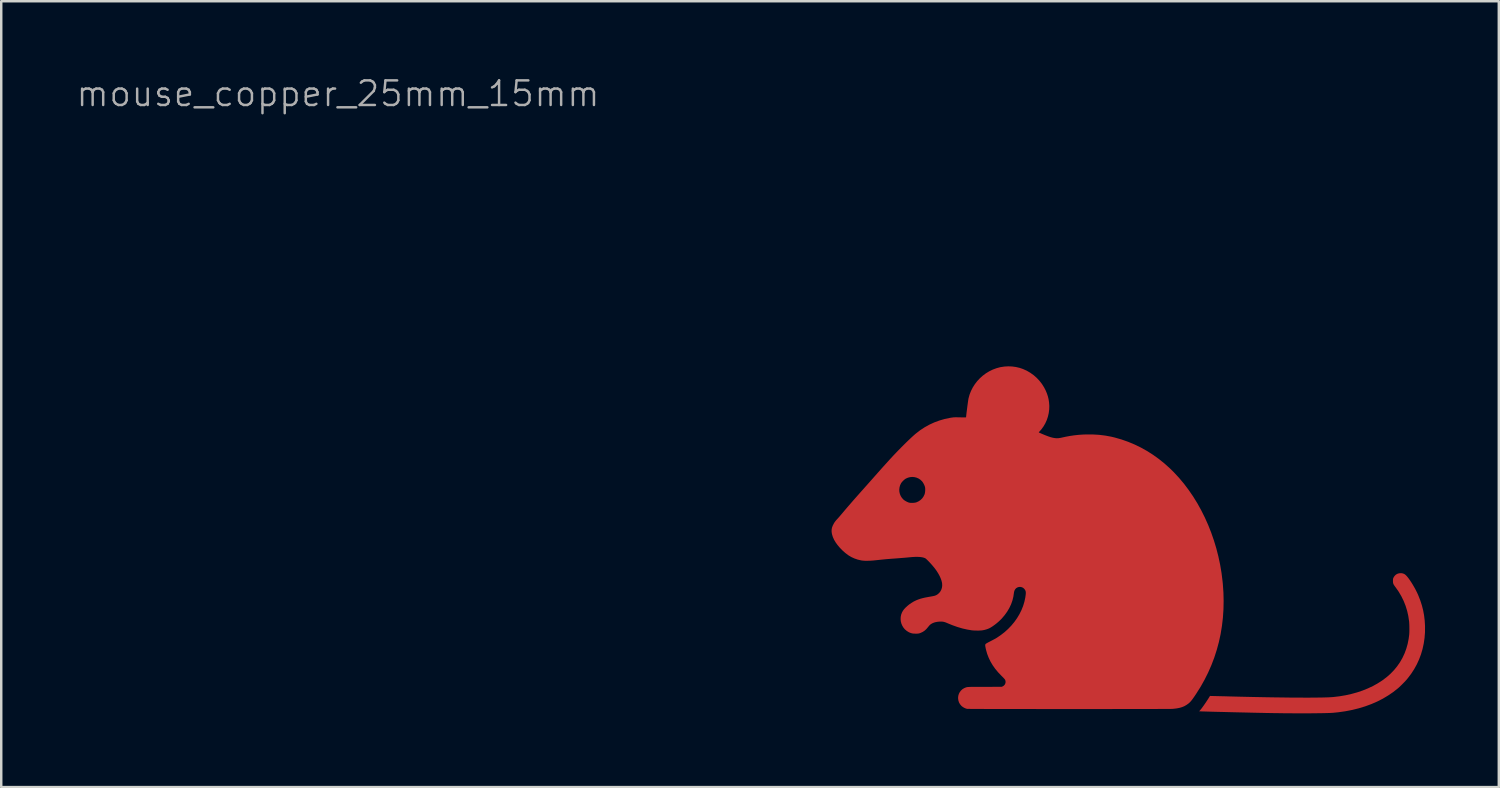
<source format=kicad_pcb>
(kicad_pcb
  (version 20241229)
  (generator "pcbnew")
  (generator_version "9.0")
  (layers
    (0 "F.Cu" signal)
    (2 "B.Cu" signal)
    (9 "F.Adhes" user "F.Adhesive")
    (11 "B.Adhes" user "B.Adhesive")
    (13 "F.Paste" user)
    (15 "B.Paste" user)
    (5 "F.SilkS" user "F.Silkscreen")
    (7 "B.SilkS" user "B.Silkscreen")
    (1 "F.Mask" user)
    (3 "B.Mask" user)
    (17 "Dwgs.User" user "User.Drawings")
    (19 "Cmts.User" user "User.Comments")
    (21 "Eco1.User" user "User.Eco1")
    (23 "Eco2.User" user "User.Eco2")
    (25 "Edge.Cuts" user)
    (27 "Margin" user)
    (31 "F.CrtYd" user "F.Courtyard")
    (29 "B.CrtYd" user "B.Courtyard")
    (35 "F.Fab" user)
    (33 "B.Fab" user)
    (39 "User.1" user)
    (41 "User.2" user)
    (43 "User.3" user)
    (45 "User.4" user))
  (footprint "mouse_copper_25mm_15mm"
    (layer "F.Cu")
    (at 42.824 18.898)
    (property "Reference" "mouse_copper_25mm_15mm" (at -32.131 -18.137 0) (unlocked yes) (layer "F.Fab") (effects (font (size 1 1) (thickness 0.1))))
    (attr smd)
    (fp_poly (pts (xy 11.11 1.357) (xy 11.166 1.367) (xy 11.218 1.389) (xy 11.244 1.405) (xy 11.278 1.432) (xy 11.318 1.473) (xy 11.363 1.526) (xy 11.411 1.589) (xy 11.461 1.661) (xy 11.513 1.74) (xy 11.565 1.824) (xy 11.616 1.912) (xy 11.666 2.001) (xy 11.712 2.091) (xy 11.755 2.179) (xy 11.792 2.263) (xy 11.872 2.469) (xy 11.937 2.671) (xy 11.988 2.872) (xy 12.025 3.075) (xy 12.05 3.284) (xy 12.063 3.499) (xy 12.063 3.52) (xy 12.062 3.756) (xy 12.044 3.988) (xy 12.011 4.215) (xy 11.963 4.436) (xy 11.9 4.652) (xy 11.822 4.861) (xy 11.729 5.064) (xy 11.621 5.259) (xy 11.499 5.447) (xy 11.363 5.626) (xy 11.302 5.699) (xy 11.265 5.739) (xy 11.221 5.786) (xy 11.171 5.837) (xy 11.119 5.89) (xy 11.067 5.94) (xy 11.019 5.986) (xy 10.977 6.024) (xy 10.958 6.04) (xy 10.765 6.192) (xy 10.56 6.331) (xy 10.345 6.459) (xy 10.118 6.575) (xy 9.88 6.678) (xy 9.633 6.769) (xy 9.374 6.848) (xy 9.106 6.915) (xy 8.828 6.969) (xy 8.541 7.01) (xy 8.344 7.03) (xy 8.29 7.034) (xy 8.221 7.038) (xy 8.137 7.041) (xy 8.039 7.044) (xy 7.93 7.046) (xy 7.809 7.049) (xy 7.677 7.05) (xy 7.537 7.052) (xy 7.389 7.053) (xy 7.233 7.053) (xy 7.072 7.054) (xy 6.905 7.054) (xy 6.735 7.053) (xy 6.562 7.052) (xy 6.388 7.051) (xy 6.213 7.049) (xy 6.038 7.046) (xy 6.021 7.046) (xy 5.92 7.045) (xy 5.809 7.043) (xy 5.693 7.041) (xy 5.575 7.039) (xy 5.46 7.036) (xy 5.351 7.034) (xy 5.253 7.032) (xy 5.208 7.031) (xy 5.015 7.027) (xy 4.827 7.022) (xy 4.644 7.018) (xy 4.466 7.014) (xy 4.294 7.01) (xy 4.13 7.006) (xy 3.973 7.002) (xy 3.825 6.998) (xy 3.687 6.995) (xy 3.558 6.992) (xy 3.44 6.989) (xy 3.333 6.986) (xy 3.238 6.983) (xy 3.157 6.981) (xy 3.089 6.979) (xy 3.035 6.978) (xy 2.997 6.976) (xy 2.974 6.975) (xy 2.973 6.975) (xy 2.88 6.971) (xy 2.913 6.935) (xy 2.944 6.898) (xy 2.982 6.85) (xy 3.026 6.79) (xy 3.075 6.722) (xy 3.127 6.646) (xy 3.181 6.566) (xy 3.236 6.482) (xy 3.273 6.424) (xy 3.321 6.347) (xy 3.559 6.353) (xy 3.614 6.354) (xy 3.683 6.356) (xy 3.764 6.358) (xy 3.853 6.36) (xy 3.948 6.362) (xy 4.047 6.365) (xy 4.147 6.368) (xy 4.245 6.37) (xy 4.274 6.371) (xy 4.554 6.378) (xy 4.828 6.384) (xy 5.097 6.39) (xy 5.36 6.395) (xy 5.616 6.4) (xy 5.864 6.404) (xy 6.105 6.407) (xy 6.337 6.41) (xy 6.56 6.413) (xy 6.773 6.414) (xy 6.976 6.415) (xy 7.169 6.416) (xy 7.35 6.416) (xy 7.519 6.415) (xy 7.676 6.413) (xy 7.819 6.412) (xy 7.949 6.409) (xy 8.065 6.406) (xy 8.166 6.402) (xy 8.251 6.397) (xy 8.321 6.392) (xy 8.332 6.391) (xy 8.586 6.361) (xy 8.834 6.319) (xy 9.074 6.265) (xy 9.306 6.201) (xy 9.53 6.125) (xy 9.743 6.039) (xy 9.947 5.943) (xy 10.139 5.836) (xy 10.319 5.721) (xy 10.487 5.595) (xy 10.642 5.461) (xy 10.663 5.441) (xy 10.805 5.294) (xy 10.932 5.138) (xy 11.046 4.974) (xy 11.145 4.801) (xy 11.23 4.62) (xy 11.3 4.431) (xy 11.356 4.234) (xy 11.397 4.029) (xy 11.419 3.865) (xy 11.423 3.812) (xy 11.426 3.748) (xy 11.427 3.674) (xy 11.427 3.596) (xy 11.426 3.517) (xy 11.424 3.442) (xy 11.42 3.374) (xy 11.416 3.317) (xy 11.415 3.312) (xy 11.383 3.096) (xy 11.336 2.887) (xy 11.273 2.683) (xy 11.195 2.486) (xy 11.101 2.295) (xy 10.992 2.109) (xy 10.867 1.93) (xy 10.858 1.919) (xy 10.823 1.871) (xy 10.798 1.833) (xy 10.78 1.8) (xy 10.769 1.769) (xy 10.762 1.737) (xy 10.76 1.699) (xy 10.759 1.67) (xy 10.76 1.629) (xy 10.761 1.6) (xy 10.765 1.578) (xy 10.772 1.557) (xy 10.783 1.533) (xy 10.822 1.472) (xy 10.871 1.422) (xy 10.93 1.385) (xy 10.996 1.363) (xy 11.045 1.356)) (stroke (width 0) (type solid)) (fill yes) (layer "F.Cu"))
    (fp_poly (pts (xy -4.725 -7.048) (xy -4.571 -7.027) (xy -4.421 -6.992) (xy -4.285 -6.946) (xy -4.131 -6.877) (xy -3.987 -6.793) (xy -3.852 -6.697) (xy -3.727 -6.588) (xy -3.614 -6.468) (xy -3.512 -6.337) (xy -3.423 -6.195) (xy -3.361 -6.074) (xy -3.311 -5.955) (xy -3.272 -5.839) (xy -3.243 -5.72) (xy -3.223 -5.593) (xy -3.223 -5.591) (xy -3.212 -5.445) (xy -3.217 -5.298) (xy -3.236 -5.152) (xy -3.269 -5.009) (xy -3.315 -4.87) (xy -3.375 -4.737) (xy -3.447 -4.613) (xy -3.53 -4.497) (xy -3.599 -4.419) (xy -3.62 -4.397) (xy -3.635 -4.379) (xy -3.642 -4.37) (xy -3.642 -4.369) (xy -3.63 -4.363) (xy -3.606 -4.351) (xy -3.573 -4.336) (xy -3.533 -4.318) (xy -3.489 -4.299) (xy -3.443 -4.28) (xy -3.4 -4.262) (xy -3.375 -4.252) (xy -3.263 -4.209) (xy -3.163 -4.175) (xy -3.072 -4.151) (xy -2.988 -4.137) (xy -2.911 -4.13) (xy -2.837 -4.133) (xy -2.766 -4.144) (xy -2.748 -4.147) (xy -2.557 -4.189) (xy -2.375 -4.223) (xy -2.199 -4.249) (xy -2.024 -4.268) (xy -1.845 -4.28) (xy -1.709 -4.285) (xy -1.444 -4.284) (xy -1.187 -4.269) (xy -0.935 -4.238) (xy -0.688 -4.192) (xy -0.551 -4.159) (xy -0.276 -4.08) (xy -0.006 -3.985) (xy 0.257 -3.875) (xy 0.514 -3.75) (xy 0.765 -3.61) (xy 1.008 -3.455) (xy 1.244 -3.285) (xy 1.473 -3.101) (xy 1.693 -2.903) (xy 1.851 -2.748) (xy 2.063 -2.519) (xy 2.265 -2.278) (xy 2.456 -2.024) (xy 2.637 -1.76) (xy 2.807 -1.485) (xy 2.965 -1.199) (xy 3.112 -0.905) (xy 3.247 -0.603) (xy 3.37 -0.292) (xy 3.48 0.025) (xy 3.578 0.349) (xy 3.662 0.678) (xy 3.733 1.011) (xy 3.79 1.349) (xy 3.832 1.691) (xy 3.842 1.79) (xy 3.867 2.142) (xy 3.875 2.49) (xy 3.868 2.833) (xy 3.845 3.171) (xy 3.806 3.504) (xy 3.752 3.833) (xy 3.682 4.156) (xy 3.596 4.474) (xy 3.495 4.787) (xy 3.378 5.094) (xy 3.246 5.395) (xy 3.098 5.691) (xy 2.935 5.981) (xy 2.756 6.264) (xy 2.693 6.358) (xy 2.645 6.427) (xy 2.604 6.484) (xy 2.568 6.531) (xy 2.535 6.57) (xy 2.504 6.603) (xy 2.472 6.632) (xy 2.441 6.659) (xy 2.361 6.715) (xy 2.277 6.763) (xy 2.185 6.801) (xy 2.083 6.831) (xy 1.971 6.853) (xy 1.846 6.868) (xy 1.793 6.873) (xy 1.776 6.873) (xy 1.744 6.874) (xy 1.696 6.874) (xy 1.634 6.875) (xy 1.558 6.875) (xy 1.469 6.876) (xy 1.366 6.876) (xy 1.252 6.876) (xy 1.126 6.877) (xy 0.989 6.877) (xy 0.842 6.878) (xy 0.685 6.878) (xy 0.519 6.878) (xy 0.345 6.878) (xy 0.163 6.879) (xy -0.027 6.879) (xy -0.223 6.879) (xy -0.425 6.879) (xy -0.632 6.879) (xy -0.845 6.88) (xy -1.061 6.88) (xy -1.281 6.88) (xy -1.504 6.88) (xy -1.73 6.88) (xy -1.957 6.88) (xy -2.185 6.88) (xy -2.414 6.88) (xy -2.643 6.88) (xy -2.871 6.88) (xy -3.098 6.88) (xy -3.322 6.88) (xy -3.545 6.88) (xy -3.764 6.879) (xy -3.979 6.879) (xy -4.19 6.879) (xy -4.396 6.879) (xy -4.596 6.879) (xy -4.791 6.878) (xy -4.978 6.878) (xy -5.158 6.878) (xy -5.33 6.878) (xy -5.493 6.877) (xy -5.647 6.877) (xy -5.791 6.877) (xy -5.925 6.876) (xy -6.047 6.876) (xy -6.158 6.875) (xy -6.257 6.875) (xy -6.342 6.874) (xy -6.414 6.874) (xy -6.472 6.873) (xy -6.515 6.873) (xy -6.543 6.872) (xy -6.555 6.872) (xy -6.609 6.857) (xy -6.667 6.832) (xy -6.724 6.799) (xy -6.775 6.76) (xy -6.791 6.744) (xy -6.846 6.678) (xy -6.886 6.605) (xy -6.911 6.524) (xy -6.921 6.437) (xy -6.921 6.423) (xy -6.913 6.341) (xy -6.89 6.264) (xy -6.854 6.193) (xy -6.805 6.129) (xy -6.745 6.074) (xy -6.675 6.03) (xy -6.598 5.999) (xy -6.559 5.989) (xy -6.546 5.987) (xy -6.529 5.985) (xy -6.507 5.983) (xy -6.478 5.982) (xy -6.443 5.98) (xy -6.399 5.979) (xy -6.346 5.978) (xy -6.282 5.978) (xy -6.207 5.977) (xy -6.119 5.977) (xy -6.018 5.977) (xy -5.901 5.977) (xy -5.824 5.977) (xy -5.148 5.976) (xy -5.106 5.957) (xy -5.06 5.927) (xy -5.024 5.887) (xy -5.001 5.839) (xy -4.99 5.788) (xy -4.994 5.735) (xy -5.012 5.686) (xy -5.022 5.672) (xy -5.042 5.648) (xy -5.07 5.617) (xy -5.105 5.581) (xy -5.143 5.543) (xy -5.158 5.528) (xy -5.293 5.387) (xy -5.412 5.244) (xy -5.515 5.098) (xy -5.604 4.948) (xy -5.678 4.794) (xy -5.739 4.635) (xy -5.786 4.469) (xy -5.796 4.425) (xy -5.807 4.369) (xy -5.815 4.327) (xy -5.818 4.295) (xy -5.817 4.271) (xy -5.813 4.253) (xy -5.804 4.238) (xy -5.803 4.236) (xy -5.789 4.224) (xy -5.76 4.205) (xy -5.718 4.181) (xy -5.661 4.151) (xy -5.612 4.126) (xy -5.52 4.078) (xy -5.439 4.035) (xy -5.365 3.992) (xy -5.295 3.947) (xy -5.224 3.899) (xy -5.188 3.874) (xy -5.032 3.754) (xy -4.887 3.623) (xy -4.754 3.484) (xy -4.632 3.337) (xy -4.523 3.183) (xy -4.427 3.023) (xy -4.345 2.858) (xy -4.277 2.689) (xy -4.225 2.517) (xy -4.188 2.343) (xy -4.173 2.235) (xy -4.168 2.177) (xy -4.169 2.132) (xy -4.174 2.094) (xy -4.185 2.062) (xy -4.191 2.05) (xy -4.226 1.997) (xy -4.27 1.957) (xy -4.321 1.929) (xy -4.377 1.915) (xy -4.435 1.914) (xy -4.492 1.928) (xy -4.547 1.957) (xy -4.557 1.964) (xy -4.595 2.003) (xy -4.625 2.054) (xy -4.644 2.113) (xy -4.65 2.149) (xy -4.674 2.312) (xy -4.713 2.47) (xy -4.768 2.624) (xy -4.839 2.773) (xy -4.925 2.919) (xy -5.028 3.062) (xy -5.146 3.201) (xy -5.156 3.211) (xy -5.216 3.271) (xy -5.284 3.334) (xy -5.357 3.396) (xy -5.433 3.455) (xy -5.508 3.509) (xy -5.579 3.555) (xy -5.643 3.591) (xy -5.647 3.593) (xy -5.704 3.618) (xy -5.773 3.642) (xy -5.848 3.662) (xy -5.91 3.675) (xy -5.957 3.682) (xy -6.015 3.686) (xy -6.082 3.689) (xy -6.153 3.689) (xy -6.224 3.688) (xy -6.291 3.685) (xy -6.35 3.68) (xy -6.36 3.679) (xy -6.548 3.648) (xy -6.743 3.604) (xy -6.943 3.545) (xy -7.146 3.473) (xy -7.353 3.389) (xy -7.358 3.386) (xy -7.423 3.359) (xy -7.479 3.341) (xy -7.531 3.329) (xy -7.585 3.324) (xy -7.645 3.323) (xy -7.671 3.324) (xy -7.772 3.334) (xy -7.861 3.352) (xy -7.94 3.38) (xy -7.973 3.396) (xy -8.014 3.419) (xy -8.049 3.444) (xy -8.081 3.473) (xy -8.114 3.511) (xy -8.147 3.552) (xy -8.213 3.63) (xy -8.283 3.693) (xy -8.358 3.743) (xy -8.441 3.782) (xy -8.47 3.793) (xy -8.499 3.802) (xy -8.526 3.808) (xy -8.555 3.812) (xy -8.59 3.814) (xy -8.637 3.814) (xy -8.646 3.814) (xy -8.717 3.813) (xy -8.778 3.806) (xy -8.833 3.792) (xy -8.887 3.772) (xy -8.928 3.753) (xy -9.01 3.702) (xy -9.082 3.641) (xy -9.142 3.57) (xy -9.19 3.491) (xy -9.226 3.407) (xy -9.249 3.318) (xy -9.258 3.227) (xy -9.254 3.134) (xy -9.236 3.043) (xy -9.203 2.955) (xy -9.165 2.886) (xy -9.118 2.822) (xy -9.057 2.756) (xy -8.986 2.69) (xy -8.907 2.626) (xy -8.822 2.567) (xy -8.735 2.514) (xy -8.675 2.483) (xy -8.603 2.45) (xy -8.531 2.422) (xy -8.454 2.396) (xy -8.371 2.373) (xy -8.279 2.351) (xy -8.175 2.331) (xy -8.076 2.313) (xy -8.003 2.301) (xy -7.945 2.29) (xy -7.898 2.28) (xy -7.86 2.269) (xy -7.828 2.257) (xy -7.8 2.244) (xy -7.773 2.228) (xy -7.76 2.219) (xy -7.695 2.165) (xy -7.644 2.102) (xy -7.605 2.03) (xy -7.579 1.95) (xy -7.567 1.865) (xy -7.571 1.775) (xy -7.576 1.74) (xy -7.597 1.655) (xy -7.63 1.562) (xy -7.675 1.464) (xy -7.73 1.364) (xy -7.794 1.262) (xy -7.856 1.176) (xy -7.895 1.127) (xy -7.938 1.075) (xy -7.984 1.021) (xy -8.032 0.967) (xy -8.08 0.915) (xy -8.126 0.867) (xy -8.168 0.825) (xy -8.205 0.79) (xy -8.234 0.764) (xy -8.256 0.749) (xy -8.256 0.749) (xy -8.313 0.726) (xy -8.382 0.709) (xy -8.463 0.698) (xy -8.558 0.693) (xy -8.667 0.693) (xy -8.79 0.7) (xy -8.911 0.711) (xy -8.975 0.717) (xy -9.05 0.724) (xy -9.134 0.731) (xy -9.222 0.738) (xy -9.308 0.745) (xy -9.39 0.752) (xy -9.409 0.753) (xy -9.527 0.762) (xy -9.631 0.769) (xy -9.723 0.777) (xy -9.805 0.783) (xy -9.881 0.79) (xy -9.952 0.797) (xy -10.022 0.804) (xy -10.091 0.811) (xy -10.164 0.819) (xy -10.222 0.825) (xy -10.365 0.84) (xy -10.495 0.849) (xy -10.613 0.852) (xy -10.718 0.851) (xy -10.808 0.844) (xy -10.857 0.837) (xy -11 0.804) (xy -11.134 0.758) (xy -11.263 0.699) (xy -11.386 0.625) (xy -11.505 0.536) (xy -11.622 0.431) (xy -11.624 0.43) (xy -11.731 0.319) (xy -11.822 0.211) (xy -11.899 0.105) (xy -11.961 -0.000148) (xy -12.009 -0.105) (xy -12.018 -0.131) (xy -12.048 -0.23) (xy -12.063 -0.323) (xy -12.063 -0.41) (xy -12.049 -0.492) (xy -12.02 -0.571) (xy -12.018 -0.575) (xy -11.992 -0.627) (xy -11.969 -0.671) (xy -11.945 -0.71) (xy -11.919 -0.746) (xy -11.888 -0.785) (xy -11.85 -0.828) (xy -11.812 -0.869) (xy -11.79 -0.894) (xy -11.758 -0.93) (xy -11.721 -0.973) (xy -11.679 -1.022) (xy -11.635 -1.074) (xy -11.591 -1.127) (xy -11.585 -1.133) (xy -11.519 -1.212) (xy -11.443 -1.301) (xy -11.359 -1.398) (xy -11.268 -1.503) (xy -11.172 -1.614) (xy -11.071 -1.728) (xy -10.969 -1.844) (xy -10.865 -1.961) (xy -10.828 -2.002) (xy -10.793 -2.042) (xy -9.313 -2.042) (xy -9.308 -1.953) (xy -9.288 -1.867) (xy -9.255 -1.785) (xy -9.207 -1.709) (xy -9.147 -1.641) (xy -9.137 -1.633) (xy -9.095 -1.6) (xy -9.042 -1.568) (xy -8.986 -1.54) (xy -8.932 -1.518) (xy -8.91 -1.512) (xy -8.865 -1.504) (xy -8.81 -1.502) (xy -8.751 -1.503) (xy -8.692 -1.509) (xy -8.64 -1.518) (xy -8.611 -1.527) (xy -8.525 -1.567) (xy -8.449 -1.619) (xy -8.383 -1.682) (xy -8.33 -1.755) (xy -8.29 -1.836) (xy -8.279 -1.865) (xy -8.268 -1.915) (xy -8.26 -1.974) (xy -8.257 -2.036) (xy -8.259 -2.095) (xy -8.263 -2.133) (xy -8.277 -2.182) (xy -8.3 -2.238) (xy -8.329 -2.294) (xy -8.36 -2.345) (xy -8.388 -2.381) (xy -8.455 -2.444) (xy -8.531 -2.494) (xy -8.612 -2.529) (xy -8.698 -2.55) (xy -8.786 -2.557) (xy -8.875 -2.549) (xy -8.963 -2.526) (xy -9.048 -2.488) (xy -9.051 -2.486) (xy -9.087 -2.462) (xy -9.127 -2.428) (xy -9.168 -2.389) (xy -9.204 -2.349) (xy -9.232 -2.312) (xy -9.239 -2.302) (xy -9.279 -2.218) (xy -9.303 -2.131) (xy -9.313 -2.042) (xy -10.793 -2.042) (xy -10.792 -2.042) (xy -10.747 -2.093) (xy -10.694 -2.153) (xy -10.634 -2.22) (xy -10.569 -2.293) (xy -10.501 -2.37) (xy -10.43 -2.45) (xy -10.359 -2.53) (xy -10.289 -2.61) (xy -10.272 -2.628) (xy -10.2 -2.71) (xy -10.125 -2.794) (xy -10.049 -2.88) (xy -9.973 -2.965) (xy -9.899 -3.047) (xy -9.829 -3.124) (xy -9.765 -3.195) (xy -9.708 -3.258) (xy -9.661 -3.31) (xy -9.657 -3.313) (xy -9.555 -3.424) (xy -9.45 -3.534) (xy -9.344 -3.644) (xy -9.238 -3.752) (xy -9.134 -3.856) (xy -9.034 -3.955) (xy -8.938 -4.048) (xy -8.847 -4.134) (xy -8.764 -4.211) (xy -8.69 -4.277) (xy -8.639 -4.32) (xy -8.465 -4.455) (xy -8.282 -4.575) (xy -8.091 -4.681) (xy -7.892 -4.773) (xy -7.687 -4.849) (xy -7.476 -4.911) (xy -7.259 -4.957) (xy -7.211 -4.965) (xy -7.172 -4.971) (xy -7.139 -4.975) (xy -7.109 -4.979) (xy -7.079 -4.981) (xy -7.045 -4.982) (xy -7.006 -4.983) (xy -6.958 -4.982) (xy -6.898 -4.981) (xy -6.839 -4.98) (xy -6.771 -4.978) (xy -6.711 -4.978) (xy -6.663 -4.978) (xy -6.627 -4.978) (xy -6.604 -4.98) (xy -6.596 -4.982) (xy -6.595 -5.003) (xy -6.591 -5.039) (xy -6.586 -5.087) (xy -6.58 -5.144) (xy -6.572 -5.208) (xy -6.563 -5.278) (xy -6.554 -5.35) (xy -6.545 -5.423) (xy -6.535 -5.495) (xy -6.526 -5.562) (xy -6.517 -5.623) (xy -6.51 -5.676) (xy -6.503 -5.717) (xy -6.498 -5.746) (xy -6.497 -5.75) (xy -6.455 -5.903) (xy -6.397 -6.051) (xy -6.326 -6.192) (xy -6.241 -6.326) (xy -6.145 -6.451) (xy -6.037 -6.567) (xy -5.919 -6.673) (xy -5.792 -6.768) (xy -5.656 -6.851) (xy -5.513 -6.921) (xy -5.363 -6.977) (xy -5.208 -7.019) (xy -5.191 -7.022) (xy -5.038 -7.045) (xy -4.881 -7.054)) (stroke (width 0) (type solid)) (fill yes) (layer "F.Cu"))
    (fp_poly (pts (xy 11.11 1.357) (xy 11.166 1.367) (xy 11.218 1.389) (xy 11.244 1.405) (xy 11.278 1.432) (xy 11.318 1.473) (xy 11.363 1.526) (xy 11.411 1.589) (xy 11.461 1.661) (xy 11.513 1.74) (xy 11.565 1.824) (xy 11.616 1.912) (xy 11.666 2.001) (xy 11.712 2.091) (xy 11.755 2.179) (xy 11.792 2.263) (xy 11.872 2.469) (xy 11.937 2.671) (xy 11.988 2.872) (xy 12.025 3.075) (xy 12.05 3.284) (xy 12.063 3.499) (xy 12.063 3.52) (xy 12.062 3.756) (xy 12.044 3.988) (xy 12.011 4.215) (xy 11.963 4.436) (xy 11.9 4.652) (xy 11.822 4.861) (xy 11.729 5.064) (xy 11.621 5.259) (xy 11.499 5.447) (xy 11.363 5.626) (xy 11.302 5.699) (xy 11.265 5.739) (xy 11.221 5.786) (xy 11.171 5.837) (xy 11.119 5.89) (xy 11.067 5.94) (xy 11.019 5.986) (xy 10.977 6.024) (xy 10.958 6.04) (xy 10.765 6.192) (xy 10.56 6.331) (xy 10.345 6.459) (xy 10.118 6.575) (xy 9.88 6.678) (xy 9.633 6.769) (xy 9.374 6.848) (xy 9.106 6.915) (xy 8.828 6.969) (xy 8.541 7.01) (xy 8.344 7.03) (xy 8.29 7.034) (xy 8.221 7.038) (xy 8.137 7.041) (xy 8.039 7.044) (xy 7.93 7.046) (xy 7.809 7.049) (xy 7.677 7.05) (xy 7.537 7.052) (xy 7.389 7.053) (xy 7.233 7.053) (xy 7.072 7.054) (xy 6.905 7.054) (xy 6.735 7.053) (xy 6.562 7.052) (xy 6.388 7.051) (xy 6.213 7.049) (xy 6.038 7.046) (xy 6.021 7.046) (xy 5.92 7.045) (xy 5.809 7.043) (xy 5.693 7.041) (xy 5.575 7.039) (xy 5.46 7.036) (xy 5.351 7.034) (xy 5.253 7.032) (xy 5.208 7.031) (xy 5.015 7.027) (xy 4.827 7.022) (xy 4.644 7.018) (xy 4.466 7.014) (xy 4.294 7.01) (xy 4.13 7.006) (xy 3.973 7.002) (xy 3.825 6.998) (xy 3.687 6.995) (xy 3.558 6.992) (xy 3.44 6.989) (xy 3.333 6.986) (xy 3.238 6.983) (xy 3.157 6.981) (xy 3.089 6.979) (xy 3.035 6.978) (xy 2.997 6.976) (xy 2.974 6.975) (xy 2.973 6.975) (xy 2.88 6.971) (xy 2.913 6.935) (xy 2.944 6.898) (xy 2.982 6.85) (xy 3.026 6.79) (xy 3.075 6.722) (xy 3.127 6.646) (xy 3.181 6.566) (xy 3.236 6.482) (xy 3.273 6.424) (xy 3.321 6.347) (xy 3.559 6.353) (xy 3.614 6.354) (xy 3.683 6.356) (xy 3.764 6.358) (xy 3.853 6.36) (xy 3.948 6.362) (xy 4.047 6.365) (xy 4.147 6.368) (xy 4.245 6.37) (xy 4.274 6.371) (xy 4.554 6.378) (xy 4.828 6.384) (xy 5.097 6.39) (xy 5.36 6.395) (xy 5.616 6.4) (xy 5.864 6.404) (xy 6.105 6.407) (xy 6.337 6.41) (xy 6.56 6.413) (xy 6.773 6.414) (xy 6.976 6.415) (xy 7.169 6.416) (xy 7.35 6.416) (xy 7.519 6.415) (xy 7.676 6.413) (xy 7.819 6.412) (xy 7.949 6.409) (xy 8.065 6.406) (xy 8.166 6.402) (xy 8.251 6.397) (xy 8.321 6.392) (xy 8.332 6.391) (xy 8.586 6.361) (xy 8.834 6.319) (xy 9.074 6.265) (xy 9.306 6.201) (xy 9.53 6.125) (xy 9.743 6.039) (xy 9.947 5.943) (xy 10.139 5.836) (xy 10.319 5.721) (xy 10.487 5.595) (xy 10.642 5.461) (xy 10.663 5.441) (xy 10.805 5.294) (xy 10.932 5.138) (xy 11.046 4.974) (xy 11.145 4.801) (xy 11.23 4.62) (xy 11.3 4.431) (xy 11.356 4.234) (xy 11.397 4.029) (xy 11.419 3.865) (xy 11.423 3.812) (xy 11.426 3.748) (xy 11.427 3.674) (xy 11.427 3.596) (xy 11.426 3.517) (xy 11.424 3.442) (xy 11.42 3.374) (xy 11.416 3.317) (xy 11.415 3.312) (xy 11.383 3.096) (xy 11.336 2.887) (xy 11.273 2.683) (xy 11.195 2.486) (xy 11.101 2.295) (xy 10.992 2.109) (xy 10.867 1.93) (xy 10.858 1.919) (xy 10.823 1.871) (xy 10.798 1.833) (xy 10.78 1.8) (xy 10.769 1.769) (xy 10.762 1.737) (xy 10.76 1.699) (xy 10.759 1.67) (xy 10.76 1.629) (xy 10.761 1.6) (xy 10.765 1.578) (xy 10.772 1.557) (xy 10.783 1.533) (xy 10.822 1.472) (xy 10.871 1.422) (xy 10.93 1.385) (xy 10.996 1.363) (xy 11.045 1.356)) (stroke (width 0) (type solid)) (fill yes) (layer "F.Mask"))
    (fp_poly (pts (xy -4.725 -7.048) (xy -4.571 -7.027) (xy -4.421 -6.992) (xy -4.285 -6.946) (xy -4.131 -6.877) (xy -3.987 -6.793) (xy -3.852 -6.697) (xy -3.727 -6.588) (xy -3.614 -6.468) (xy -3.512 -6.337) (xy -3.423 -6.195) (xy -3.361 -6.074) (xy -3.311 -5.955) (xy -3.272 -5.839) (xy -3.243 -5.72) (xy -3.223 -5.593) (xy -3.223 -5.591) (xy -3.212 -5.445) (xy -3.217 -5.298) (xy -3.236 -5.152) (xy -3.269 -5.009) (xy -3.315 -4.87) (xy -3.375 -4.737) (xy -3.447 -4.613) (xy -3.53 -4.497) (xy -3.599 -4.419) (xy -3.62 -4.397) (xy -3.635 -4.379) (xy -3.642 -4.37) (xy -3.642 -4.369) (xy -3.63 -4.363) (xy -3.606 -4.351) (xy -3.573 -4.336) (xy -3.533 -4.318) (xy -3.489 -4.299) (xy -3.443 -4.28) (xy -3.4 -4.262) (xy -3.375 -4.252) (xy -3.263 -4.209) (xy -3.163 -4.175) (xy -3.072 -4.151) (xy -2.988 -4.137) (xy -2.911 -4.13) (xy -2.837 -4.133) (xy -2.766 -4.144) (xy -2.748 -4.147) (xy -2.557 -4.189) (xy -2.375 -4.223) (xy -2.199 -4.249) (xy -2.024 -4.268) (xy -1.845 -4.28) (xy -1.709 -4.285) (xy -1.444 -4.284) (xy -1.187 -4.269) (xy -0.935 -4.238) (xy -0.688 -4.192) (xy -0.551 -4.159) (xy -0.276 -4.08) (xy -0.006 -3.985) (xy 0.257 -3.875) (xy 0.514 -3.75) (xy 0.765 -3.61) (xy 1.008 -3.455) (xy 1.244 -3.285) (xy 1.473 -3.101) (xy 1.693 -2.903) (xy 1.851 -2.748) (xy 2.063 -2.519) (xy 2.265 -2.278) (xy 2.456 -2.024) (xy 2.637 -1.76) (xy 2.807 -1.485) (xy 2.965 -1.199) (xy 3.112 -0.905) (xy 3.247 -0.603) (xy 3.37 -0.292) (xy 3.48 0.025) (xy 3.578 0.349) (xy 3.662 0.678) (xy 3.733 1.011) (xy 3.79 1.349) (xy 3.832 1.691) (xy 3.842 1.79) (xy 3.867 2.142) (xy 3.875 2.49) (xy 3.868 2.833) (xy 3.845 3.171) (xy 3.806 3.504) (xy 3.752 3.833) (xy 3.682 4.156) (xy 3.596 4.474) (xy 3.495 4.787) (xy 3.378 5.094) (xy 3.246 5.395) (xy 3.098 5.691) (xy 2.935 5.981) (xy 2.756 6.264) (xy 2.693 6.358) (xy 2.645 6.427) (xy 2.604 6.484) (xy 2.568 6.531) (xy 2.535 6.57) (xy 2.504 6.603) (xy 2.472 6.632) (xy 2.441 6.659) (xy 2.361 6.715) (xy 2.277 6.763) (xy 2.185 6.801) (xy 2.083 6.831) (xy 1.971 6.853) (xy 1.846 6.868) (xy 1.793 6.873) (xy 1.776 6.873) (xy 1.744 6.874) (xy 1.696 6.874) (xy 1.634 6.875) (xy 1.558 6.875) (xy 1.469 6.876) (xy 1.366 6.876) (xy 1.252 6.876) (xy 1.126 6.877) (xy 0.989 6.877) (xy 0.842 6.878) (xy 0.685 6.878) (xy 0.519 6.878) (xy 0.345 6.878) (xy 0.163 6.879) (xy -0.027 6.879) (xy -0.223 6.879) (xy -0.425 6.879) (xy -0.632 6.879) (xy -0.845 6.88) (xy -1.061 6.88) (xy -1.281 6.88) (xy -1.504 6.88) (xy -1.73 6.88) (xy -1.957 6.88) (xy -2.185 6.88) (xy -2.414 6.88) (xy -2.643 6.88) (xy -2.871 6.88) (xy -3.098 6.88) (xy -3.322 6.88) (xy -3.545 6.88) (xy -3.764 6.879) (xy -3.979 6.879) (xy -4.19 6.879) (xy -4.396 6.879) (xy -4.596 6.879) (xy -4.791 6.878) (xy -4.978 6.878) (xy -5.158 6.878) (xy -5.33 6.878) (xy -5.493 6.877) (xy -5.647 6.877) (xy -5.791 6.877) (xy -5.925 6.876) (xy -6.047 6.876) (xy -6.158 6.875) (xy -6.257 6.875) (xy -6.342 6.874) (xy -6.414 6.874) (xy -6.472 6.873) (xy -6.515 6.873) (xy -6.543 6.872) (xy -6.555 6.872) (xy -6.609 6.857) (xy -6.667 6.832) (xy -6.724 6.799) (xy -6.775 6.76) (xy -6.791 6.744) (xy -6.846 6.678) (xy -6.886 6.605) (xy -6.911 6.524) (xy -6.921 6.437) (xy -6.921 6.423) (xy -6.913 6.341) (xy -6.89 6.264) (xy -6.854 6.193) (xy -6.805 6.129) (xy -6.745 6.074) (xy -6.675 6.03) (xy -6.598 5.999) (xy -6.559 5.989) (xy -6.546 5.987) (xy -6.529 5.985) (xy -6.507 5.983) (xy -6.478 5.982) (xy -6.443 5.98) (xy -6.399 5.979) (xy -6.346 5.978) (xy -6.282 5.978) (xy -6.207 5.977) (xy -6.119 5.977) (xy -6.018 5.977) (xy -5.901 5.977) (xy -5.824 5.977) (xy -5.148 5.976) (xy -5.106 5.957) (xy -5.06 5.927) (xy -5.024 5.887) (xy -5.001 5.839) (xy -4.99 5.788) (xy -4.994 5.735) (xy -5.012 5.686) (xy -5.022 5.672) (xy -5.042 5.648) (xy -5.07 5.617) (xy -5.105 5.581) (xy -5.143 5.543) (xy -5.158 5.528) (xy -5.293 5.387) (xy -5.412 5.244) (xy -5.515 5.098) (xy -5.604 4.948) (xy -5.678 4.794) (xy -5.739 4.635) (xy -5.786 4.469) (xy -5.796 4.425) (xy -5.807 4.369) (xy -5.815 4.327) (xy -5.818 4.295) (xy -5.817 4.271) (xy -5.813 4.253) (xy -5.804 4.238) (xy -5.803 4.236) (xy -5.789 4.224) (xy -5.76 4.205) (xy -5.718 4.181) (xy -5.661 4.151) (xy -5.612 4.126) (xy -5.52 4.078) (xy -5.439 4.035) (xy -5.365 3.992) (xy -5.295 3.947) (xy -5.224 3.899) (xy -5.188 3.874) (xy -5.032 3.754) (xy -4.887 3.623) (xy -4.754 3.484) (xy -4.632 3.337) (xy -4.523 3.183) (xy -4.427 3.023) (xy -4.345 2.858) (xy -4.277 2.689) (xy -4.225 2.517) (xy -4.188 2.343) (xy -4.173 2.235) (xy -4.168 2.177) (xy -4.169 2.132) (xy -4.174 2.094) (xy -4.185 2.062) (xy -4.191 2.05) (xy -4.226 1.997) (xy -4.27 1.957) (xy -4.321 1.929) (xy -4.377 1.915) (xy -4.435 1.914) (xy -4.492 1.928) (xy -4.547 1.957) (xy -4.557 1.964) (xy -4.595 2.003) (xy -4.625 2.054) (xy -4.644 2.113) (xy -4.65 2.149) (xy -4.674 2.312) (xy -4.713 2.47) (xy -4.768 2.624) (xy -4.839 2.773) (xy -4.925 2.919) (xy -5.028 3.062) (xy -5.146 3.201) (xy -5.156 3.211) (xy -5.216 3.271) (xy -5.284 3.334) (xy -5.357 3.396) (xy -5.433 3.455) (xy -5.508 3.509) (xy -5.579 3.555) (xy -5.643 3.591) (xy -5.647 3.593) (xy -5.704 3.618) (xy -5.773 3.642) (xy -5.848 3.662) (xy -5.91 3.675) (xy -5.957 3.682) (xy -6.015 3.686) (xy -6.082 3.689) (xy -6.153 3.689) (xy -6.224 3.688) (xy -6.291 3.685) (xy -6.35 3.68) (xy -6.36 3.679) (xy -6.548 3.648) (xy -6.743 3.604) (xy -6.943 3.545) (xy -7.146 3.473) (xy -7.353 3.389) (xy -7.358 3.386) (xy -7.423 3.359) (xy -7.479 3.341) (xy -7.531 3.329) (xy -7.585 3.324) (xy -7.645 3.323) (xy -7.671 3.324) (xy -7.772 3.334) (xy -7.861 3.352) (xy -7.94 3.38) (xy -7.973 3.396) (xy -8.014 3.419) (xy -8.049 3.444) (xy -8.081 3.473) (xy -8.114 3.511) (xy -8.147 3.552) (xy -8.213 3.63) (xy -8.283 3.693) (xy -8.358 3.743) (xy -8.441 3.782) (xy -8.47 3.793) (xy -8.499 3.802) (xy -8.526 3.808) (xy -8.555 3.812) (xy -8.59 3.814) (xy -8.637 3.814) (xy -8.646 3.814) (xy -8.717 3.813) (xy -8.778 3.806) (xy -8.833 3.792) (xy -8.887 3.772) (xy -8.928 3.753) (xy -9.01 3.702) (xy -9.082 3.641) (xy -9.142 3.57) (xy -9.19 3.491) (xy -9.226 3.407) (xy -9.249 3.318) (xy -9.258 3.227) (xy -9.254 3.134) (xy -9.236 3.043) (xy -9.203 2.955) (xy -9.165 2.886) (xy -9.118 2.822) (xy -9.057 2.756) (xy -8.986 2.69) (xy -8.907 2.626) (xy -8.822 2.567) (xy -8.735 2.514) (xy -8.675 2.483) (xy -8.603 2.45) (xy -8.531 2.422) (xy -8.454 2.396) (xy -8.371 2.373) (xy -8.279 2.351) (xy -8.175 2.331) (xy -8.076 2.313) (xy -8.003 2.301) (xy -7.945 2.29) (xy -7.898 2.28) (xy -7.86 2.269) (xy -7.828 2.257) (xy -7.8 2.244) (xy -7.773 2.228) (xy -7.76 2.219) (xy -7.695 2.165) (xy -7.644 2.102) (xy -7.605 2.03) (xy -7.579 1.95) (xy -7.567 1.865) (xy -7.571 1.775) (xy -7.576 1.74) (xy -7.597 1.655) (xy -7.63 1.562) (xy -7.675 1.464) (xy -7.73 1.364) (xy -7.794 1.262) (xy -7.856 1.176) (xy -7.895 1.127) (xy -7.938 1.075) (xy -7.984 1.021) (xy -8.032 0.967) (xy -8.08 0.915) (xy -8.126 0.867) (xy -8.168 0.825) (xy -8.205 0.79) (xy -8.234 0.764) (xy -8.256 0.749) (xy -8.256 0.749) (xy -8.313 0.726) (xy -8.382 0.709) (xy -8.463 0.698) (xy -8.558 0.693) (xy -8.667 0.693) (xy -8.79 0.7) (xy -8.911 0.711) (xy -8.975 0.717) (xy -9.05 0.724) (xy -9.134 0.731) (xy -9.222 0.738) (xy -9.308 0.745) (xy -9.39 0.752) (xy -9.409 0.753) (xy -9.527 0.762) (xy -9.631 0.769) (xy -9.723 0.777) (xy -9.805 0.783) (xy -9.881 0.79) (xy -9.952 0.797) (xy -10.022 0.804) (xy -10.091 0.811) (xy -10.164 0.819) (xy -10.222 0.825) (xy -10.365 0.84) (xy -10.495 0.849) (xy -10.613 0.852) (xy -10.718 0.851) (xy -10.808 0.844) (xy -10.857 0.837) (xy -11 0.804) (xy -11.134 0.758) (xy -11.263 0.699) (xy -11.386 0.625) (xy -11.505 0.536) (xy -11.622 0.431) (xy -11.624 0.43) (xy -11.731 0.319) (xy -11.822 0.211) (xy -11.899 0.105) (xy -11.961 -0.000148) (xy -12.009 -0.105) (xy -12.018 -0.131) (xy -12.048 -0.23) (xy -12.063 -0.323) (xy -12.063 -0.41) (xy -12.049 -0.492) (xy -12.02 -0.571) (xy -12.018 -0.575) (xy -11.992 -0.627) (xy -11.969 -0.671) (xy -11.945 -0.71) (xy -11.919 -0.746) (xy -11.888 -0.785) (xy -11.85 -0.828) (xy -11.812 -0.869) (xy -11.79 -0.894) (xy -11.758 -0.93) (xy -11.721 -0.973) (xy -11.679 -1.022) (xy -11.635 -1.074) (xy -11.591 -1.127) (xy -11.585 -1.133) (xy -11.519 -1.212) (xy -11.443 -1.301) (xy -11.359 -1.398) (xy -11.268 -1.503) (xy -11.172 -1.614) (xy -11.071 -1.728) (xy -10.969 -1.844) (xy -10.865 -1.961) (xy -10.828 -2.002) (xy -10.793 -2.042) (xy -9.313 -2.042) (xy -9.308 -1.953) (xy -9.288 -1.867) (xy -9.255 -1.785) (xy -9.207 -1.709) (xy -9.147 -1.641) (xy -9.137 -1.633) (xy -9.095 -1.6) (xy -9.042 -1.568) (xy -8.986 -1.54) (xy -8.932 -1.518) (xy -8.91 -1.512) (xy -8.865 -1.504) (xy -8.81 -1.502) (xy -8.751 -1.503) (xy -8.692 -1.509) (xy -8.64 -1.518) (xy -8.611 -1.527) (xy -8.525 -1.567) (xy -8.449 -1.619) (xy -8.383 -1.682) (xy -8.33 -1.755) (xy -8.29 -1.836) (xy -8.279 -1.865) (xy -8.268 -1.915) (xy -8.26 -1.974) (xy -8.257 -2.036) (xy -8.259 -2.095) (xy -8.263 -2.133) (xy -8.277 -2.182) (xy -8.3 -2.238) (xy -8.329 -2.294) (xy -8.36 -2.345) (xy -8.388 -2.381) (xy -8.455 -2.444) (xy -8.531 -2.494) (xy -8.612 -2.529) (xy -8.698 -2.55) (xy -8.786 -2.557) (xy -8.875 -2.549) (xy -8.963 -2.526) (xy -9.048 -2.488) (xy -9.051 -2.486) (xy -9.087 -2.462) (xy -9.127 -2.428) (xy -9.168 -2.389) (xy -9.204 -2.349) (xy -9.232 -2.312) (xy -9.239 -2.302) (xy -9.279 -2.218) (xy -9.303 -2.131) (xy -9.313 -2.042) (xy -10.793 -2.042) (xy -10.792 -2.042) (xy -10.747 -2.093) (xy -10.694 -2.153) (xy -10.634 -2.22) (xy -10.569 -2.293) (xy -10.501 -2.37) (xy -10.43 -2.45) (xy -10.359 -2.53) (xy -10.289 -2.61) (xy -10.272 -2.628) (xy -10.2 -2.71) (xy -10.125 -2.794) (xy -10.049 -2.88) (xy -9.973 -2.965) (xy -9.899 -3.047) (xy -9.829 -3.124) (xy -9.765 -3.195) (xy -9.708 -3.258) (xy -9.661 -3.31) (xy -9.657 -3.313) (xy -9.555 -3.424) (xy -9.45 -3.534) (xy -9.344 -3.644) (xy -9.238 -3.752) (xy -9.134 -3.856) (xy -9.034 -3.955) (xy -8.938 -4.048) (xy -8.847 -4.134) (xy -8.764 -4.211) (xy -8.69 -4.277) (xy -8.639 -4.32) (xy -8.465 -4.455) (xy -8.282 -4.575) (xy -8.091 -4.681) (xy -7.892 -4.773) (xy -7.687 -4.849) (xy -7.476 -4.911) (xy -7.259 -4.957) (xy -7.211 -4.965) (xy -7.172 -4.971) (xy -7.139 -4.975) (xy -7.109 -4.979) (xy -7.079 -4.981) (xy -7.045 -4.982) (xy -7.006 -4.983) (xy -6.958 -4.982) (xy -6.898 -4.981) (xy -6.839 -4.98) (xy -6.771 -4.978) (xy -6.711 -4.978) (xy -6.663 -4.978) (xy -6.627 -4.978) (xy -6.604 -4.98) (xy -6.596 -4.982) (xy -6.595 -5.003) (xy -6.591 -5.039) (xy -6.586 -5.087) (xy -6.58 -5.144) (xy -6.572 -5.208) (xy -6.563 -5.278) (xy -6.554 -5.35) (xy -6.545 -5.423) (xy -6.535 -5.495) (xy -6.526 -5.562) (xy -6.517 -5.623) (xy -6.51 -5.676) (xy -6.503 -5.717) (xy -6.498 -5.746) (xy -6.497 -5.75) (xy -6.455 -5.903) (xy -6.397 -6.051) (xy -6.326 -6.192) (xy -6.241 -6.326) (xy -6.145 -6.451) (xy -6.037 -6.567) (xy -5.919 -6.673) (xy -5.792 -6.768) (xy -5.656 -6.851) (xy -5.513 -6.921) (xy -5.363 -6.977) (xy -5.208 -7.019) (xy -5.191 -7.022) (xy -5.038 -7.045) (xy -4.881 -7.054)) (stroke (width 0) (type solid)) (fill yes) (layer "F.Mask"))
    (fp_poly (pts (xy 11.11 1.357) (xy 11.166 1.367) (xy 11.218 1.389) (xy 11.244 1.405) (xy 11.278 1.432) (xy 11.318 1.473) (xy 11.363 1.526) (xy 11.411 1.589) (xy 11.461 1.661) (xy 11.513 1.74) (xy 11.565 1.824) (xy 11.616 1.912) (xy 11.666 2.001) (xy 11.712 2.091) (xy 11.755 2.179) (xy 11.792 2.263) (xy 11.872 2.469) (xy 11.937 2.671) (xy 11.988 2.872) (xy 12.025 3.075) (xy 12.05 3.284) (xy 12.063 3.499) (xy 12.063 3.52) (xy 12.062 3.756) (xy 12.044 3.988) (xy 12.011 4.215) (xy 11.963 4.436) (xy 11.9 4.652) (xy 11.822 4.861) (xy 11.729 5.064) (xy 11.621 5.259) (xy 11.499 5.447) (xy 11.363 5.626) (xy 11.302 5.699) (xy 11.265 5.739) (xy 11.221 5.786) (xy 11.171 5.837) (xy 11.119 5.89) (xy 11.067 5.94) (xy 11.019 5.986) (xy 10.977 6.024) (xy 10.958 6.04) (xy 10.765 6.192) (xy 10.56 6.331) (xy 10.345 6.459) (xy 10.118 6.575) (xy 9.88 6.678) (xy 9.633 6.769) (xy 9.374 6.848) (xy 9.106 6.915) (xy 8.828 6.969) (xy 8.541 7.01) (xy 8.344 7.03) (xy 8.29 7.034) (xy 8.221 7.038) (xy 8.137 7.041) (xy 8.039 7.044) (xy 7.93 7.046) (xy 7.809 7.049) (xy 7.677 7.05) (xy 7.537 7.052) (xy 7.389 7.053) (xy 7.233 7.053) (xy 7.072 7.054) (xy 6.905 7.054) (xy 6.735 7.053) (xy 6.562 7.052) (xy 6.388 7.051) (xy 6.213 7.049) (xy 6.038 7.046) (xy 6.021 7.046) (xy 5.92 7.045) (xy 5.809 7.043) (xy 5.693 7.041) (xy 5.575 7.039) (xy 5.46 7.036) (xy 5.351 7.034) (xy 5.253 7.032) (xy 5.208 7.031) (xy 5.015 7.027) (xy 4.827 7.022) (xy 4.644 7.018) (xy 4.466 7.014) (xy 4.294 7.01) (xy 4.13 7.006) (xy 3.973 7.002) (xy 3.825 6.998) (xy 3.687 6.995) (xy 3.558 6.992) (xy 3.44 6.989) (xy 3.333 6.986) (xy 3.238 6.983) (xy 3.157 6.981) (xy 3.089 6.979) (xy 3.035 6.978) (xy 2.997 6.976) (xy 2.974 6.975) (xy 2.973 6.975) (xy 2.88 6.971) (xy 2.913 6.935) (xy 2.944 6.898) (xy 2.982 6.85) (xy 3.026 6.79) (xy 3.075 6.722) (xy 3.127 6.646) (xy 3.181 6.566) (xy 3.236 6.482) (xy 3.273 6.424) (xy 3.321 6.347) (xy 3.559 6.353) (xy 3.614 6.354) (xy 3.683 6.356) (xy 3.764 6.358) (xy 3.853 6.36) (xy 3.948 6.362) (xy 4.047 6.365) (xy 4.147 6.368) (xy 4.245 6.37) (xy 4.274 6.371) (xy 4.554 6.378) (xy 4.828 6.384) (xy 5.097 6.39) (xy 5.36 6.395) (xy 5.616 6.4) (xy 5.864 6.404) (xy 6.105 6.407) (xy 6.337 6.41) (xy 6.56 6.413) (xy 6.773 6.414) (xy 6.976 6.415) (xy 7.169 6.416) (xy 7.35 6.416) (xy 7.519 6.415) (xy 7.676 6.413) (xy 7.819 6.412) (xy 7.949 6.409) (xy 8.065 6.406) (xy 8.166 6.402) (xy 8.251 6.397) (xy 8.321 6.392) (xy 8.332 6.391) (xy 8.586 6.361) (xy 8.834 6.319) (xy 9.074 6.265) (xy 9.306 6.201) (xy 9.53 6.125) (xy 9.743 6.039) (xy 9.947 5.943) (xy 10.139 5.836) (xy 10.319 5.721) (xy 10.487 5.595) (xy 10.642 5.461) (xy 10.663 5.441) (xy 10.805 5.294) (xy 10.932 5.138) (xy 11.046 4.974) (xy 11.145 4.801) (xy 11.23 4.62) (xy 11.3 4.431) (xy 11.356 4.234) (xy 11.397 4.029) (xy 11.419 3.865) (xy 11.423 3.812) (xy 11.426 3.748) (xy 11.427 3.674) (xy 11.427 3.596) (xy 11.426 3.517) (xy 11.424 3.442) (xy 11.42 3.374) (xy 11.416 3.317) (xy 11.415 3.312) (xy 11.383 3.096) (xy 11.336 2.887) (xy 11.273 2.683) (xy 11.195 2.486) (xy 11.101 2.295) (xy 10.992 2.109) (xy 10.867 1.93) (xy 10.858 1.919) (xy 10.823 1.871) (xy 10.798 1.833) (xy 10.78 1.8) (xy 10.769 1.769) (xy 10.762 1.737) (xy 10.76 1.699) (xy 10.759 1.67) (xy 10.76 1.629) (xy 10.761 1.6) (xy 10.765 1.578) (xy 10.772 1.557) (xy 10.783 1.533) (xy 10.822 1.472) (xy 10.871 1.422) (xy 10.93 1.385) (xy 10.996 1.363) (xy 11.045 1.356)) (stroke (width 0) (type solid)) (fill yes) (layer "F.Paste"))
    (fp_poly (pts (xy -4.725 -7.048) (xy -4.571 -7.027) (xy -4.421 -6.992) (xy -4.285 -6.946) (xy -4.131 -6.877) (xy -3.987 -6.793) (xy -3.852 -6.697) (xy -3.727 -6.588) (xy -3.614 -6.468) (xy -3.512 -6.337) (xy -3.423 -6.195) (xy -3.361 -6.074) (xy -3.311 -5.955) (xy -3.272 -5.839) (xy -3.243 -5.72) (xy -3.223 -5.593) (xy -3.223 -5.591) (xy -3.212 -5.445) (xy -3.217 -5.298) (xy -3.236 -5.152) (xy -3.269 -5.009) (xy -3.315 -4.87) (xy -3.375 -4.737) (xy -3.447 -4.613) (xy -3.53 -4.497) (xy -3.599 -4.419) (xy -3.62 -4.397) (xy -3.635 -4.379) (xy -3.642 -4.37) (xy -3.642 -4.369) (xy -3.63 -4.363) (xy -3.606 -4.351) (xy -3.573 -4.336) (xy -3.533 -4.318) (xy -3.489 -4.299) (xy -3.443 -4.28) (xy -3.4 -4.262) (xy -3.375 -4.252) (xy -3.263 -4.209) (xy -3.163 -4.175) (xy -3.072 -4.151) (xy -2.988 -4.137) (xy -2.911 -4.13) (xy -2.837 -4.133) (xy -2.766 -4.144) (xy -2.748 -4.147) (xy -2.557 -4.189) (xy -2.375 -4.223) (xy -2.199 -4.249) (xy -2.024 -4.268) (xy -1.845 -4.28) (xy -1.709 -4.285) (xy -1.444 -4.284) (xy -1.187 -4.269) (xy -0.935 -4.238) (xy -0.688 -4.192) (xy -0.551 -4.159) (xy -0.276 -4.08) (xy -0.006 -3.985) (xy 0.257 -3.875) (xy 0.514 -3.75) (xy 0.765 -3.61) (xy 1.008 -3.455) (xy 1.244 -3.285) (xy 1.473 -3.101) (xy 1.693 -2.903) (xy 1.851 -2.748) (xy 2.063 -2.519) (xy 2.265 -2.278) (xy 2.456 -2.024) (xy 2.637 -1.76) (xy 2.807 -1.485) (xy 2.965 -1.199) (xy 3.112 -0.905) (xy 3.247 -0.603) (xy 3.37 -0.292) (xy 3.48 0.025) (xy 3.578 0.349) (xy 3.662 0.678) (xy 3.733 1.011) (xy 3.79 1.349) (xy 3.832 1.691) (xy 3.842 1.79) (xy 3.867 2.142) (xy 3.875 2.49) (xy 3.868 2.833) (xy 3.845 3.171) (xy 3.806 3.504) (xy 3.752 3.833) (xy 3.682 4.156) (xy 3.596 4.474) (xy 3.495 4.787) (xy 3.378 5.094) (xy 3.246 5.395) (xy 3.098 5.691) (xy 2.935 5.981) (xy 2.756 6.264) (xy 2.693 6.358) (xy 2.645 6.427) (xy 2.604 6.484) (xy 2.568 6.531) (xy 2.535 6.57) (xy 2.504 6.603) (xy 2.472 6.632) (xy 2.441 6.659) (xy 2.361 6.715) (xy 2.277 6.763) (xy 2.185 6.801) (xy 2.083 6.831) (xy 1.971 6.853) (xy 1.846 6.868) (xy 1.793 6.873) (xy 1.776 6.873) (xy 1.744 6.874) (xy 1.696 6.874) (xy 1.634 6.875) (xy 1.558 6.875) (xy 1.469 6.876) (xy 1.366 6.876) (xy 1.252 6.876) (xy 1.126 6.877) (xy 0.989 6.877) (xy 0.842 6.878) (xy 0.685 6.878) (xy 0.519 6.878) (xy 0.345 6.878) (xy 0.163 6.879) (xy -0.027 6.879) (xy -0.223 6.879) (xy -0.425 6.879) (xy -0.632 6.879) (xy -0.845 6.88) (xy -1.061 6.88) (xy -1.281 6.88) (xy -1.504 6.88) (xy -1.73 6.88) (xy -1.957 6.88) (xy -2.185 6.88) (xy -2.414 6.88) (xy -2.643 6.88) (xy -2.871 6.88) (xy -3.098 6.88) (xy -3.322 6.88) (xy -3.545 6.88) (xy -3.764 6.879) (xy -3.979 6.879) (xy -4.19 6.879) (xy -4.396 6.879) (xy -4.596 6.879) (xy -4.791 6.878) (xy -4.978 6.878) (xy -5.158 6.878) (xy -5.33 6.878) (xy -5.493 6.877) (xy -5.647 6.877) (xy -5.791 6.877) (xy -5.925 6.876) (xy -6.047 6.876) (xy -6.158 6.875) (xy -6.257 6.875) (xy -6.342 6.874) (xy -6.414 6.874) (xy -6.472 6.873) (xy -6.515 6.873) (xy -6.543 6.872) (xy -6.555 6.872) (xy -6.609 6.857) (xy -6.667 6.832) (xy -6.724 6.799) (xy -6.775 6.76) (xy -6.791 6.744) (xy -6.846 6.678) (xy -6.886 6.605) (xy -6.911 6.524) (xy -6.921 6.437) (xy -6.921 6.423) (xy -6.913 6.341) (xy -6.89 6.264) (xy -6.854 6.193) (xy -6.805 6.129) (xy -6.745 6.074) (xy -6.675 6.03) (xy -6.598 5.999) (xy -6.559 5.989) (xy -6.546 5.987) (xy -6.529 5.985) (xy -6.507 5.983) (xy -6.478 5.982) (xy -6.443 5.98) (xy -6.399 5.979) (xy -6.346 5.978) (xy -6.282 5.978) (xy -6.207 5.977) (xy -6.119 5.977) (xy -6.018 5.977) (xy -5.901 5.977) (xy -5.824 5.977) (xy -5.148 5.976) (xy -5.106 5.957) (xy -5.06 5.927) (xy -5.024 5.887) (xy -5.001 5.839) (xy -4.99 5.788) (xy -4.994 5.735) (xy -5.012 5.686) (xy -5.022 5.672) (xy -5.042 5.648) (xy -5.07 5.617) (xy -5.105 5.581) (xy -5.143 5.543) (xy -5.158 5.528) (xy -5.293 5.387) (xy -5.412 5.244) (xy -5.515 5.098) (xy -5.604 4.948) (xy -5.678 4.794) (xy -5.739 4.635) (xy -5.786 4.469) (xy -5.796 4.425) (xy -5.807 4.369) (xy -5.815 4.327) (xy -5.818 4.295) (xy -5.817 4.271) (xy -5.813 4.253) (xy -5.804 4.238) (xy -5.803 4.236) (xy -5.789 4.224) (xy -5.76 4.205) (xy -5.718 4.181) (xy -5.661 4.151) (xy -5.612 4.126) (xy -5.52 4.078) (xy -5.439 4.035) (xy -5.365 3.992) (xy -5.295 3.947) (xy -5.224 3.899) (xy -5.188 3.874) (xy -5.032 3.754) (xy -4.887 3.623) (xy -4.754 3.484) (xy -4.632 3.337) (xy -4.523 3.183) (xy -4.427 3.023) (xy -4.345 2.858) (xy -4.277 2.689) (xy -4.225 2.517) (xy -4.188 2.343) (xy -4.173 2.235) (xy -4.168 2.177) (xy -4.169 2.132) (xy -4.174 2.094) (xy -4.185 2.062) (xy -4.191 2.05) (xy -4.226 1.997) (xy -4.27 1.957) (xy -4.321 1.929) (xy -4.377 1.915) (xy -4.435 1.914) (xy -4.492 1.928) (xy -4.547 1.957) (xy -4.557 1.964) (xy -4.595 2.003) (xy -4.625 2.054) (xy -4.644 2.113) (xy -4.65 2.149) (xy -4.674 2.312) (xy -4.713 2.47) (xy -4.768 2.624) (xy -4.839 2.773) (xy -4.925 2.919) (xy -5.028 3.062) (xy -5.146 3.201) (xy -5.156 3.211) (xy -5.216 3.271) (xy -5.284 3.334) (xy -5.357 3.396) (xy -5.433 3.455) (xy -5.508 3.509) (xy -5.579 3.555) (xy -5.643 3.591) (xy -5.647 3.593) (xy -5.704 3.618) (xy -5.773 3.642) (xy -5.848 3.662) (xy -5.91 3.675) (xy -5.957 3.682) (xy -6.015 3.686) (xy -6.082 3.689) (xy -6.153 3.689) (xy -6.224 3.688) (xy -6.291 3.685) (xy -6.35 3.68) (xy -6.36 3.679) (xy -6.548 3.648) (xy -6.743 3.604) (xy -6.943 3.545) (xy -7.146 3.473) (xy -7.353 3.389) (xy -7.358 3.386) (xy -7.423 3.359) (xy -7.479 3.341) (xy -7.531 3.329) (xy -7.585 3.324) (xy -7.645 3.323) (xy -7.671 3.324) (xy -7.772 3.334) (xy -7.861 3.352) (xy -7.94 3.38) (xy -7.973 3.396) (xy -8.014 3.419) (xy -8.049 3.444) (xy -8.081 3.473) (xy -8.114 3.511) (xy -8.147 3.552) (xy -8.213 3.63) (xy -8.283 3.693) (xy -8.358 3.743) (xy -8.441 3.782) (xy -8.47 3.793) (xy -8.499 3.802) (xy -8.526 3.808) (xy -8.555 3.812) (xy -8.59 3.814) (xy -8.637 3.814) (xy -8.646 3.814) (xy -8.717 3.813) (xy -8.778 3.806) (xy -8.833 3.792) (xy -8.887 3.772) (xy -8.928 3.753) (xy -9.01 3.702) (xy -9.082 3.641) (xy -9.142 3.57) (xy -9.19 3.491) (xy -9.226 3.407) (xy -9.249 3.318) (xy -9.258 3.227) (xy -9.254 3.134) (xy -9.236 3.043) (xy -9.203 2.955) (xy -9.165 2.886) (xy -9.118 2.822) (xy -9.057 2.756) (xy -8.986 2.69) (xy -8.907 2.626) (xy -8.822 2.567) (xy -8.735 2.514) (xy -8.675 2.483) (xy -8.603 2.45) (xy -8.531 2.422) (xy -8.454 2.396) (xy -8.371 2.373) (xy -8.279 2.351) (xy -8.175 2.331) (xy -8.076 2.313) (xy -8.003 2.301) (xy -7.945 2.29) (xy -7.898 2.28) (xy -7.86 2.269) (xy -7.828 2.257) (xy -7.8 2.244) (xy -7.773 2.228) (xy -7.76 2.219) (xy -7.695 2.165) (xy -7.644 2.102) (xy -7.605 2.03) (xy -7.579 1.95) (xy -7.567 1.865) (xy -7.571 1.775) (xy -7.576 1.74) (xy -7.597 1.655) (xy -7.63 1.562) (xy -7.675 1.464) (xy -7.73 1.364) (xy -7.794 1.262) (xy -7.856 1.176) (xy -7.895 1.127) (xy -7.938 1.075) (xy -7.984 1.021) (xy -8.032 0.967) (xy -8.08 0.915) (xy -8.126 0.867) (xy -8.168 0.825) (xy -8.205 0.79) (xy -8.234 0.764) (xy -8.256 0.749) (xy -8.256 0.749) (xy -8.313 0.726) (xy -8.382 0.709) (xy -8.463 0.698) (xy -8.558 0.693) (xy -8.667 0.693) (xy -8.79 0.7) (xy -8.911 0.711) (xy -8.975 0.717) (xy -9.05 0.724) (xy -9.134 0.731) (xy -9.222 0.738) (xy -9.308 0.745) (xy -9.39 0.752) (xy -9.409 0.753) (xy -9.527 0.762) (xy -9.631 0.769) (xy -9.723 0.777) (xy -9.805 0.783) (xy -9.881 0.79) (xy -9.952 0.797) (xy -10.022 0.804) (xy -10.091 0.811) (xy -10.164 0.819) (xy -10.222 0.825) (xy -10.365 0.84) (xy -10.495 0.849) (xy -10.613 0.852) (xy -10.718 0.851) (xy -10.808 0.844) (xy -10.857 0.837) (xy -11 0.804) (xy -11.134 0.758) (xy -11.263 0.699) (xy -11.386 0.625) (xy -11.505 0.536) (xy -11.622 0.431) (xy -11.624 0.43) (xy -11.731 0.319) (xy -11.822 0.211) (xy -11.899 0.105) (xy -11.961 -0.000148) (xy -12.009 -0.105) (xy -12.018 -0.131) (xy -12.048 -0.23) (xy -12.063 -0.323) (xy -12.063 -0.41) (xy -12.049 -0.492) (xy -12.02 -0.571) (xy -12.018 -0.575) (xy -11.992 -0.627) (xy -11.969 -0.671) (xy -11.945 -0.71) (xy -11.919 -0.746) (xy -11.888 -0.785) (xy -11.85 -0.828) (xy -11.812 -0.869) (xy -11.79 -0.894) (xy -11.758 -0.93) (xy -11.721 -0.973) (xy -11.679 -1.022) (xy -11.635 -1.074) (xy -11.591 -1.127) (xy -11.585 -1.133) (xy -11.519 -1.212) (xy -11.443 -1.301) (xy -11.359 -1.398) (xy -11.268 -1.503) (xy -11.172 -1.614) (xy -11.071 -1.728) (xy -10.969 -1.844) (xy -10.865 -1.961) (xy -10.828 -2.002) (xy -10.793 -2.042) (xy -9.313 -2.042) (xy -9.308 -1.953) (xy -9.288 -1.867) (xy -9.255 -1.785) (xy -9.207 -1.709) (xy -9.147 -1.641) (xy -9.137 -1.633) (xy -9.095 -1.6) (xy -9.042 -1.568) (xy -8.986 -1.54) (xy -8.932 -1.518) (xy -8.91 -1.512) (xy -8.865 -1.504) (xy -8.81 -1.502) (xy -8.751 -1.503) (xy -8.692 -1.509) (xy -8.64 -1.518) (xy -8.611 -1.527) (xy -8.525 -1.567) (xy -8.449 -1.619) (xy -8.383 -1.682) (xy -8.33 -1.755) (xy -8.29 -1.836) (xy -8.279 -1.865) (xy -8.268 -1.915) (xy -8.26 -1.974) (xy -8.257 -2.036) (xy -8.259 -2.095) (xy -8.263 -2.133) (xy -8.277 -2.182) (xy -8.3 -2.238) (xy -8.329 -2.294) (xy -8.36 -2.345) (xy -8.388 -2.381) (xy -8.455 -2.444) (xy -8.531 -2.494) (xy -8.612 -2.529) (xy -8.698 -2.55) (xy -8.786 -2.557) (xy -8.875 -2.549) (xy -8.963 -2.526) (xy -9.048 -2.488) (xy -9.051 -2.486) (xy -9.087 -2.462) (xy -9.127 -2.428) (xy -9.168 -2.389) (xy -9.204 -2.349) (xy -9.232 -2.312) (xy -9.239 -2.302) (xy -9.279 -2.218) (xy -9.303 -2.131) (xy -9.313 -2.042) (xy -10.793 -2.042) (xy -10.792 -2.042) (xy -10.747 -2.093) (xy -10.694 -2.153) (xy -10.634 -2.22) (xy -10.569 -2.293) (xy -10.501 -2.37) (xy -10.43 -2.45) (xy -10.359 -2.53) (xy -10.289 -2.61) (xy -10.272 -2.628) (xy -10.2 -2.71) (xy -10.125 -2.794) (xy -10.049 -2.88) (xy -9.973 -2.965) (xy -9.899 -3.047) (xy -9.829 -3.124) (xy -9.765 -3.195) (xy -9.708 -3.258) (xy -9.661 -3.31) (xy -9.657 -3.313) (xy -9.555 -3.424) (xy -9.45 -3.534) (xy -9.344 -3.644) (xy -9.238 -3.752) (xy -9.134 -3.856) (xy -9.034 -3.955) (xy -8.938 -4.048) (xy -8.847 -4.134) (xy -8.764 -4.211) (xy -8.69 -4.277) (xy -8.639 -4.32) (xy -8.465 -4.455) (xy -8.282 -4.575) (xy -8.091 -4.681) (xy -7.892 -4.773) (xy -7.687 -4.849) (xy -7.476 -4.911) (xy -7.259 -4.957) (xy -7.211 -4.965) (xy -7.172 -4.971) (xy -7.139 -4.975) (xy -7.109 -4.979) (xy -7.079 -4.981) (xy -7.045 -4.982) (xy -7.006 -4.983) (xy -6.958 -4.982) (xy -6.898 -4.981) (xy -6.839 -4.98) (xy -6.771 -4.978) (xy -6.711 -4.978) (xy -6.663 -4.978) (xy -6.627 -4.978) (xy -6.604 -4.98) (xy -6.596 -4.982) (xy -6.595 -5.003) (xy -6.591 -5.039) (xy -6.586 -5.087) (xy -6.58 -5.144) (xy -6.572 -5.208) (xy -6.563 -5.278) (xy -6.554 -5.35) (xy -6.545 -5.423) (xy -6.535 -5.495) (xy -6.526 -5.562) (xy -6.517 -5.623) (xy -6.51 -5.676) (xy -6.503 -5.717) (xy -6.498 -5.746) (xy -6.497 -5.75) (xy -6.455 -5.903) (xy -6.397 -6.051) (xy -6.326 -6.192) (xy -6.241 -6.326) (xy -6.145 -6.451) (xy -6.037 -6.567) (xy -5.919 -6.673) (xy -5.792 -6.768) (xy -5.656 -6.851) (xy -5.513 -6.921) (xy -5.363 -6.977) (xy -5.208 -7.019) (xy -5.191 -7.022) (xy -5.038 -7.045) (xy -4.881 -7.054)) (stroke (width 0) (type solid)) (fill yes) (layer "F.Paste")))
  (gr_rect
    (start -3 -3)
    (end 57.887 28.951)
    (stroke (width 0.1) (type default))
    (fill no)
    (layer "Edge.Cuts")))
</source>
